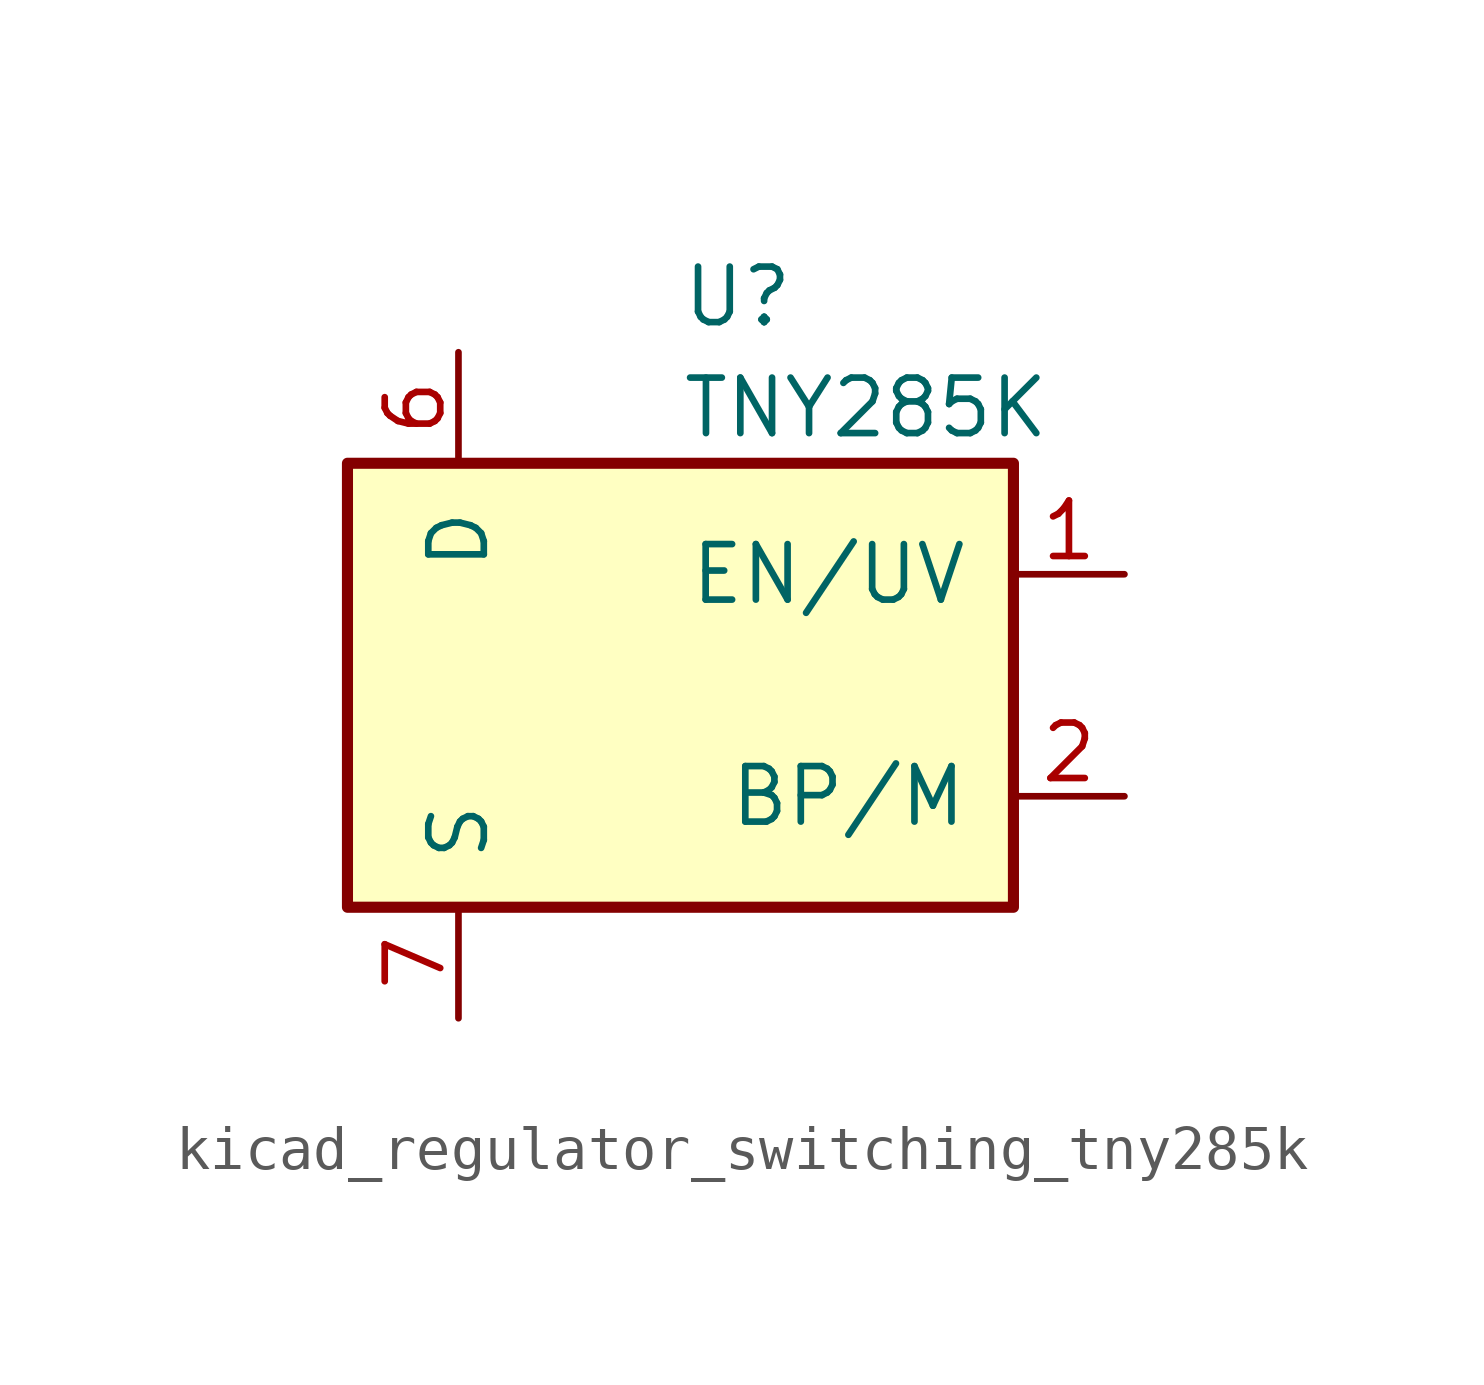
<source format=kicad_sym>
(kicad_symbol_lib
  (version 20220914)
  (generator kicad_symbol_editor)
  (symbol "kicad_regulator_switching_tny285k"
    (pin_names
      (offset 1.016))
    (property "Reference" "U"
      (at 0 8.89 0)
      (effects (font (size 1.27 1.27)) (justify left)))
    (property "Value" "TNY285K"
      (at 0 6.35 0)
      (effects (font (size 1.27 1.27)) (justify left)))
    (symbol "kicad_regulator_switching_tny285k_0_1"
      (rectangle (start -7.62 5.08) (end 7.62 -5.08) (stroke (width 0.254) (type default)) (fill (type background))))
    (symbol "kicad_regulator_switching_tny285k_1_1"
      (pin input line (at 10.16 2.54 180) (length 2.54) (name "EN/UV" (effects (font (size 1.27 1.27)))) (number "1" (effects (font (size 1.27 1.27)))))
      (pin passive line (at -5.08 -7.62 90) (length 2.54) hide (name "S" (effects (font (size 1.27 1.27)))) (number "10" (effects (font (size 1.27 1.27)))))
      (pin passive line (at -5.08 -7.62 90) (length 2.54) hide (name "S" (effects (font (size 1.27 1.27)))) (number "11" (effects (font (size 1.27 1.27)))))
      (pin passive line (at -5.08 -7.62 90) (length 2.54) hide (name "S" (effects (font (size 1.27 1.27)))) (number "12" (effects (font (size 1.27 1.27)))))
      (pin passive line (at -5.08 -7.62 90) (length 2.54) hide (name "S" (effects (font (size 1.27 1.27)))) (number "13" (effects (font (size 1.27 1.27)))))
      (pin input line (at 10.16 -2.54 180) (length 2.54) (name "BP/M" (effects (font (size 1.27 1.27)))) (number "2" (effects (font (size 1.27 1.27)))))
      (pin no_connect line (at -2.54 5.08 270) (length 2.54) hide (name "NC" (effects (font (size 1.27 1.27)))) (number "3" (effects (font (size 1.27 1.27)))))
      (pin no_connect line (at 0 5.08 270) (length 2.54) hide (name "NC" (effects (font (size 1.27 1.27)))) (number "4" (effects (font (size 1.27 1.27)))))
      (pin open_collector line (at -5.08 7.62 270) (length 2.54) (name "D" (effects (font (size 1.27 1.27)))) (number "6" (effects (font (size 1.27 1.27)))))
      (pin power_in line (at -5.08 -7.62 90) (length 2.54) (name "S" (effects (font (size 1.27 1.27)))) (number "7" (effects (font (size 1.27 1.27)))))
      (pin passive line (at -5.08 -7.62 90) (length 2.54) hide (name "S" (effects (font (size 1.27 1.27)))) (number "8" (effects (font (size 1.27 1.27)))))
      (pin passive line (at -5.08 -7.62 90) (length 2.54) hide (name "S" (effects (font (size 1.27 1.27)))) (number "9" (effects (font (size 1.27 1.27))))))))
</source>
